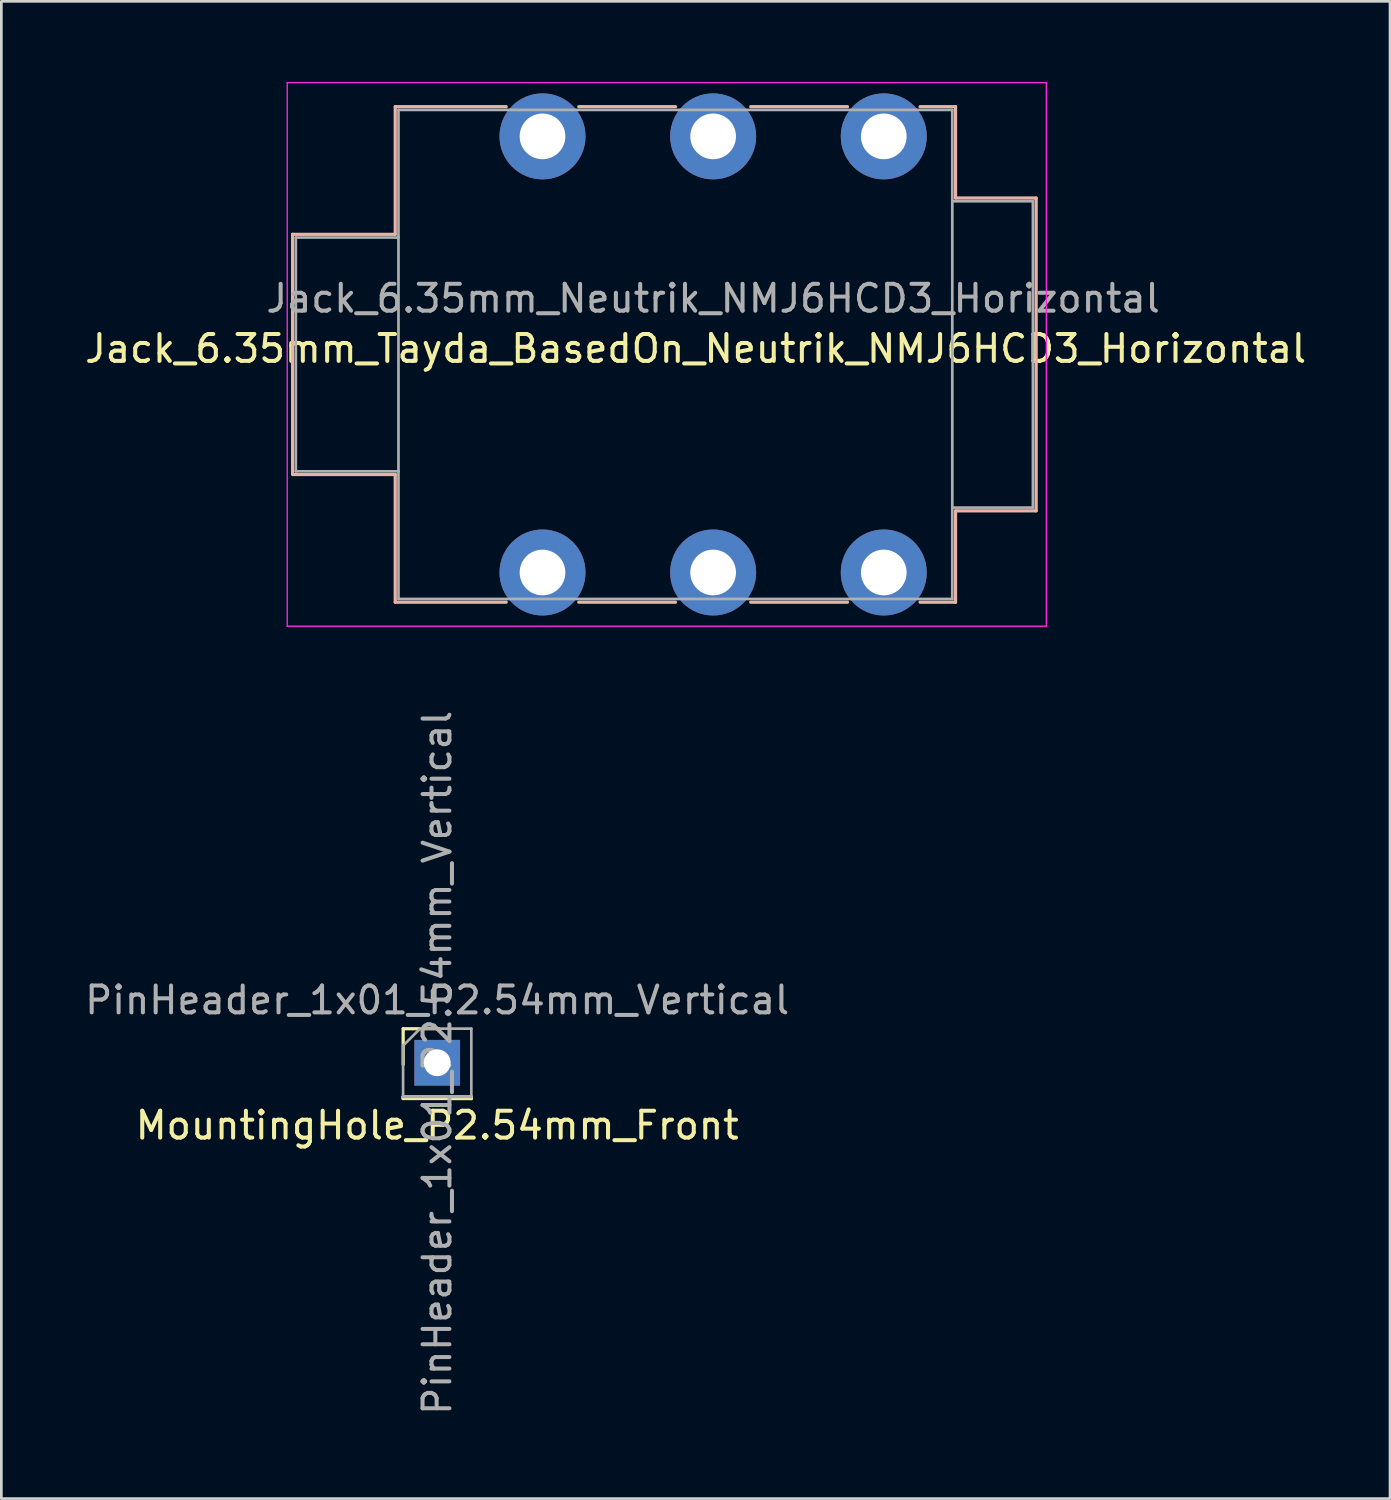
<source format=kicad_pcb>
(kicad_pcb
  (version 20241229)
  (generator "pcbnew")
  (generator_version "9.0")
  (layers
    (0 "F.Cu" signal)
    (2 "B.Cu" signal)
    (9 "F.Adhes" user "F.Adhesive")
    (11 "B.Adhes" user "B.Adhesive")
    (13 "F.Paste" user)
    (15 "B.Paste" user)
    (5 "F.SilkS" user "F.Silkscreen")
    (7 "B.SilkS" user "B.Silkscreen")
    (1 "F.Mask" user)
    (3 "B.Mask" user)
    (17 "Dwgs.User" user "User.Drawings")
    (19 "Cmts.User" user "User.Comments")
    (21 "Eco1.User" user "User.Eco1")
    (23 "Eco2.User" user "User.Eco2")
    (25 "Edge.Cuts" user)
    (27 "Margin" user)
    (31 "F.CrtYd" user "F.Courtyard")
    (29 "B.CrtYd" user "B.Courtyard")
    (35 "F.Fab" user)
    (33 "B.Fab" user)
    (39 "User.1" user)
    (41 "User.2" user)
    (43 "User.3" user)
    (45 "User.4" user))
  (footprint "Jack_6.35mm_Neutrik_NMJ6HCD3_Horizontal"
    (layer "F.Cu")
    (at 17.139 2.025)
    (property "Reference" "Jack_6.35mm_Neutrik_NMJ6HCD3_Horizontal" (at 6.35 6.032 0) (layer "F.Fab") (effects (font (size 1 1) (thickness 0.15))))
    (property "Value" "Jack_6.35mm_Tayda_BasedOn_Neutrik_NMJ6HCD3_Horizontal" (at 5.397 7.874 0) (layer "B.SilkS") (hide yes) (effects (font (size 1 1) (thickness 0.15)) (justify mirror)))
    (attr through_hole)
    (fp_line (start -9.3 3.645) (end -5.48 3.645) (stroke (width 0.12) (type solid)) (layer "B.SilkS"))
    (fp_line (start -9.3 12.545) (end -9.3 3.645) (stroke (width 0.12) (type solid)) (layer "B.SilkS"))
    (fp_line (start -9.3 12.585) (end -5.48 12.585) (stroke (width 0.12) (type solid)) (layer "B.SilkS"))
    (fp_line (start -5.48 -1.105) (end -1.35 -1.105) (stroke (width 0.12) (type solid)) (layer "B.SilkS"))
    (fp_line (start -5.48 3.645) (end -5.48 -1.105) (stroke (width 0.12) (type solid)) (layer "B.SilkS"))
    (fp_line (start -5.48 17.335) (end -5.48 12.585) (stroke (width 0.12) (type solid)) (layer "B.SilkS"))
    (fp_line (start -1.35 17.335) (end -5.48 17.335) (stroke (width 0.12) (type solid)) (layer "B.SilkS"))
    (fp_line (start 1.35 -1.105) (end 4.95 -1.105) (stroke (width 0.12) (type solid)) (layer "B.SilkS"))
    (fp_line (start 4.95 17.335) (end 1.35 17.335) (stroke (width 0.12) (type solid)) (layer "B.SilkS"))
    (fp_line (start 7.75 -1.105) (end 11.35 -1.105) (stroke (width 0.12) (type solid)) (layer "B.SilkS"))
    (fp_line (start 11.35 17.335) (end 7.75 17.335) (stroke (width 0.12) (type solid)) (layer "B.SilkS"))
    (fp_line (start 15.37 -1.105) (end 14.05 -1.105) (stroke (width 0.12) (type solid)) (layer "B.SilkS"))
    (fp_line (start 15.37 2.295) (end 15.37 -1.105) (stroke (width 0.12) (type solid)) (layer "B.SilkS"))
    (fp_line (start 15.37 2.295) (end 18.37 2.295) (stroke (width 0.12) (type solid)) (layer "B.SilkS"))
    (fp_line (start 15.37 13.935) (end 18.37 13.935) (stroke (width 0.12) (type solid)) (layer "B.SilkS"))
    (fp_line (start 15.37 17.335) (end 14.05 17.335) (stroke (width 0.12) (type solid)) (layer "B.SilkS"))
    (fp_line (start 15.37 17.335) (end 15.37 13.935) (stroke (width 0.12) (type solid)) (layer "B.SilkS"))
    (fp_line (start 18.37 13.935) (end 18.37 2.295) (stroke (width 0.12) (type solid)) (layer "B.SilkS"))
    (fp_line (start -9.5 18.23) (end -9.5 -2) (stroke (width 0.05) (type solid)) (layer "F.CrtYd"))
    (fp_line (start -9.5 18.23) (end 18.75 18.23) (stroke (width 0.05) (type solid)) (layer "F.CrtYd"))
    (fp_line (start 18.75 -2) (end -9.5 -2) (stroke (width 0.05) (type solid)) (layer "F.CrtYd"))
    (fp_line (start 18.75 18.23) (end 18.75 -2) (stroke (width 0.05) (type solid)) (layer "F.CrtYd"))
    (fp_line (start -9.18 3.765) (end -5.36 3.765) (stroke (width 0.1) (type solid)) (layer "F.Fab"))
    (fp_line (start -9.18 12.465) (end -9.18 3.765) (stroke (width 0.1) (type solid)) (layer "F.Fab"))
    (fp_line (start -9.18 12.465) (end -5.36 12.465) (stroke (width 0.1) (type solid)) (layer "F.Fab"))
    (fp_line (start -5.36 17.215) (end -5.36 -0.985) (stroke (width 0.1) (type solid)) (layer "F.Fab"))
    (fp_line (start 15.25 -0.985) (end -5.36 -0.985) (stroke (width 0.1) (type solid)) (layer "F.Fab"))
    (fp_line (start 15.25 17.215) (end -5.36 17.215) (stroke (width 0.1) (type solid)) (layer "F.Fab"))
    (fp_line (start 15.25 17.215) (end 15.25 -0.985) (stroke (width 0.1) (type solid)) (layer "F.Fab"))
    (fp_line (start 18.25 2.415) (end 15.25 2.415) (stroke (width 0.1) (type solid)) (layer "F.Fab"))
    (fp_line (start 18.25 13.815) (end 15.25 13.815) (stroke (width 0.1) (type solid)) (layer "F.Fab"))
    (fp_line (start 18.25 13.815) (end 18.25 2.415) (stroke (width 0.1) (type solid)) (layer "F.Fab"))
    (fp_text user "${VALUE}" (at 5.7 7.9 0) (layer "F.SilkS") (effects (font (size 1 1) (thickness 0.15))))
    (pad "R" thru_hole circle (at 6.35 0) (size 3.2 3.2) (drill 1.7) (layers "*.Cu" "*.Mask"))
    (pad "RN" thru_hole circle (at 6.35 16.23) (size 3.2 3.2) (drill 1.7) (layers "*.Cu" "*.Mask"))
    (pad "S" thru_hole circle (at 12.7 0) (size 3.2 3.2) (drill 1.7) (layers "*.Cu" "*.Mask"))
    (pad "SN" thru_hole circle (at 12.7 16.23) (size 3.2 3.2) (drill 1.7) (layers "*.Cu" "*.Mask"))
    (pad "T" thru_hole circle (at 0 0) (size 3.2 3.2) (drill 1.7) (layers "*.Cu" "*.Mask"))
    (pad "TN" thru_hole circle (at 0 16.23) (size 3.2 3.2) (drill 1.7) (layers "*.Cu" "*.Mask")))
  (footprint "PinHeader_1x01_P2.54mm_Vertical"
    (layer "F.Cu")
    (at 13.22 36.5)
    (property "Reference" "PinHeader_1x01_P2.54mm_Vertical" (at 0 -2.33 0) (layer "F.Fab") (effects (font (size 1 1) (thickness 0.15))))
    (attr through_hole)
    (fp_line (start -1.27 1.27) (end -1.27 1.33) (stroke (width 0.12) (type solid)) (layer "F.SilkS"))
    (fp_line (start -1.27 1.27) (end 1.27 1.27) (stroke (width 0.12) (type solid)) (layer "F.SilkS"))
    (fp_line (start -1.27 1.33) (end 1.27 1.333) (stroke (width 0.12) (type solid)) (layer "F.SilkS"))
    (fp_line (start -1.266 -1.266) (end 0.064 -1.266) (stroke (width 0.12) (type solid)) (layer "F.SilkS"))
    (fp_line (start -1.266 0.064) (end -1.266 -1.266) (stroke (width 0.12) (type solid)) (layer "F.SilkS"))
    (fp_line (start 1.27 1.27) (end 1.27 1.333) (stroke (width 0.12) (type solid)) (layer "F.SilkS"))
    (fp_line (start -1.27 -0.635) (end -0.635 -1.27) (stroke (width 0.1) (type solid)) (layer "F.Fab"))
    (fp_line (start -1.27 1.27) (end -1.27 -0.635) (stroke (width 0.1) (type solid)) (layer "F.Fab"))
    (fp_line (start -0.635 -1.27) (end 1.27 -1.27) (stroke (width 0.1) (type solid)) (layer "F.Fab"))
    (fp_line (start 1.27 -1.27) (end 1.27 1.27) (stroke (width 0.1) (type solid)) (layer "F.Fab"))
    (fp_line (start 1.27 1.27) (end -1.27 1.27) (stroke (width 0.1) (type solid)) (layer "F.Fab"))
    (fp_text user "MountingHole_P2.54mm_Front" (at 0 2.33 0) (layer "F.SilkS") (effects (font (size 1 1) (thickness 0.15))))
    (fp_text user "${REFERENCE}" (at 0 0 90) (layer "F.Fab") (effects (font (size 1 1) (thickness 0.15))))
    (pad "1" thru_hole rect (at 0 0) (size 1.7 1.7) (drill 1) (layers "*.Cu" "*.Mask")))
  (gr_rect
    (start -3 -3)
    (end 48.679 52.72)
    (stroke (width 0.1) (type default))
    (fill no)
    (layer "Edge.Cuts")))
</source>
